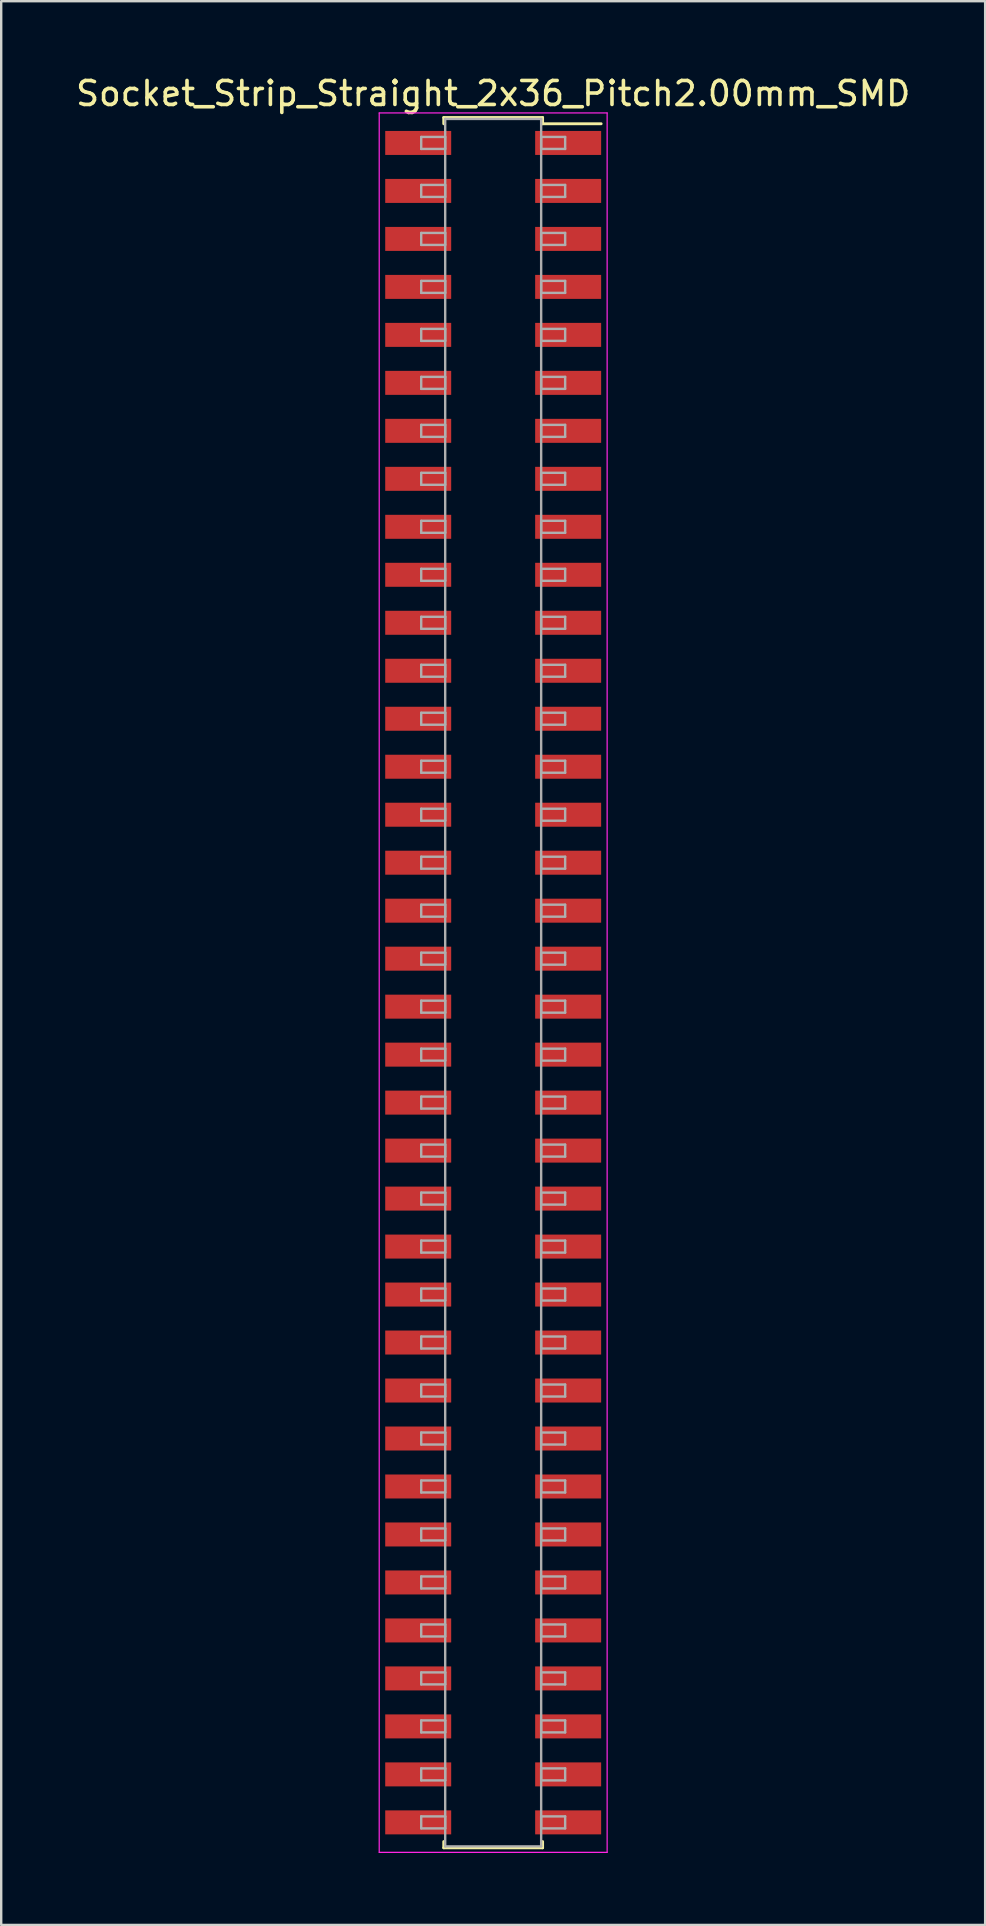
<source format=kicad_pcb>
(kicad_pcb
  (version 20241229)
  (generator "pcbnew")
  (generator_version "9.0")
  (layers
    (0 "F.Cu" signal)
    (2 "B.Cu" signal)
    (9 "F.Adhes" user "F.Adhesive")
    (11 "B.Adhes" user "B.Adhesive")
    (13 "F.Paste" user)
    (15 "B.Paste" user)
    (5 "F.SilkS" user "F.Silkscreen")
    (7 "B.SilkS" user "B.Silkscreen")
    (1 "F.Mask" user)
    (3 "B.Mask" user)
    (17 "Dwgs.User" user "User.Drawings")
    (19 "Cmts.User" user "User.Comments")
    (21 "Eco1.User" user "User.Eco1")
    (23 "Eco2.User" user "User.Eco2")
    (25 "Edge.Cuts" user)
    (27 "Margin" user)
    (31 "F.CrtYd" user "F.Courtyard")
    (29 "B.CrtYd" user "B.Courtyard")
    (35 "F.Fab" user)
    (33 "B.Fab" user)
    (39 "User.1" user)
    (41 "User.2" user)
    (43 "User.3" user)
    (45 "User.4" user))
  (footprint "Socket_Strip_Straight_2x36_Pitch2.00mm_SMD"
    (layer "F.Cu")
    (at 17.506 37.908)
    (property "Reference" "Socket_Strip_Straight_2x36_Pitch2.00mm_SMD" (at 0 -37.06 0) (layer "F.SilkS") (effects (font (size 1 1) (thickness 0.15))))
    (attr smd)
    (fp_line (start -2.06 -36.06) (end 2.06 -36.06) (stroke (width 0.12) (type solid)) (layer "F.SilkS"))
    (fp_line (start -2.06 -35.8) (end -2.06 -36.06) (stroke (width 0.12) (type solid)) (layer "F.SilkS"))
    (fp_line (start -2.06 35.8) (end -2.06 36.06) (stroke (width 0.12) (type solid)) (layer "F.SilkS"))
    (fp_line (start -2.06 36.06) (end 2.06 36.06) (stroke (width 0.12) (type solid)) (layer "F.SilkS"))
    (fp_line (start 2.06 -36.06) (end 2.06 -35.8) (stroke (width 0.12) (type solid)) (layer "F.SilkS"))
    (fp_line (start 2.06 36.06) (end 2.06 35.8) (stroke (width 0.12) (type solid)) (layer "F.SilkS"))
    (fp_line (start 4.5 -35.8) (end 2.06 -35.8) (stroke (width 0.12) (type solid)) (layer "F.SilkS"))
    (fp_line (start -4.75 -36.25) (end -4.75 36.25) (stroke (width 0.05) (type solid)) (layer "F.CrtYd"))
    (fp_line (start -4.75 36.25) (end 4.75 36.25) (stroke (width 0.05) (type solid)) (layer "F.CrtYd"))
    (fp_line (start 4.75 -36.25) (end -4.75 -36.25) (stroke (width 0.05) (type solid)) (layer "F.CrtYd"))
    (fp_line (start 4.75 36.25) (end 4.75 -36.25) (stroke (width 0.05) (type solid)) (layer "F.CrtYd"))
    (fp_line (start -3 -35.25) (end -2 -35.25) (stroke (width 0.1) (type solid)) (layer "F.Fab"))
    (fp_line (start -3 -34.75) (end -3 -35.25) (stroke (width 0.1) (type solid)) (layer "F.Fab"))
    (fp_line (start -3 -33.25) (end -2 -33.25) (stroke (width 0.1) (type solid)) (layer "F.Fab"))
    (fp_line (start -3 -32.75) (end -3 -33.25) (stroke (width 0.1) (type solid)) (layer "F.Fab"))
    (fp_line (start -3 -31.25) (end -2 -31.25) (stroke (width 0.1) (type solid)) (layer "F.Fab"))
    (fp_line (start -3 -30.75) (end -3 -31.25) (stroke (width 0.1) (type solid)) (layer "F.Fab"))
    (fp_line (start -3 -29.25) (end -2 -29.25) (stroke (width 0.1) (type solid)) (layer "F.Fab"))
    (fp_line (start -3 -28.75) (end -3 -29.25) (stroke (width 0.1) (type solid)) (layer "F.Fab"))
    (fp_line (start -3 -27.25) (end -2 -27.25) (stroke (width 0.1) (type solid)) (layer "F.Fab"))
    (fp_line (start -3 -26.75) (end -3 -27.25) (stroke (width 0.1) (type solid)) (layer "F.Fab"))
    (fp_line (start -3 -25.25) (end -2 -25.25) (stroke (width 0.1) (type solid)) (layer "F.Fab"))
    (fp_line (start -3 -24.75) (end -3 -25.25) (stroke (width 0.1) (type solid)) (layer "F.Fab"))
    (fp_line (start -3 -23.25) (end -2 -23.25) (stroke (width 0.1) (type solid)) (layer "F.Fab"))
    (fp_line (start -3 -22.75) (end -3 -23.25) (stroke (width 0.1) (type solid)) (layer "F.Fab"))
    (fp_line (start -3 -21.25) (end -2 -21.25) (stroke (width 0.1) (type solid)) (layer "F.Fab"))
    (fp_line (start -3 -20.75) (end -3 -21.25) (stroke (width 0.1) (type solid)) (layer "F.Fab"))
    (fp_line (start -3 -19.25) (end -2 -19.25) (stroke (width 0.1) (type solid)) (layer "F.Fab"))
    (fp_line (start -3 -18.75) (end -3 -19.25) (stroke (width 0.1) (type solid)) (layer "F.Fab"))
    (fp_line (start -3 -17.25) (end -2 -17.25) (stroke (width 0.1) (type solid)) (layer "F.Fab"))
    (fp_line (start -3 -16.75) (end -3 -17.25) (stroke (width 0.1) (type solid)) (layer "F.Fab"))
    (fp_line (start -3 -15.25) (end -2 -15.25) (stroke (width 0.1) (type solid)) (layer "F.Fab"))
    (fp_line (start -3 -14.75) (end -3 -15.25) (stroke (width 0.1) (type solid)) (layer "F.Fab"))
    (fp_line (start -3 -13.25) (end -2 -13.25) (stroke (width 0.1) (type solid)) (layer "F.Fab"))
    (fp_line (start -3 -12.75) (end -3 -13.25) (stroke (width 0.1) (type solid)) (layer "F.Fab"))
    (fp_line (start -3 -11.25) (end -2 -11.25) (stroke (width 0.1) (type solid)) (layer "F.Fab"))
    (fp_line (start -3 -10.75) (end -3 -11.25) (stroke (width 0.1) (type solid)) (layer "F.Fab"))
    (fp_line (start -3 -9.25) (end -2 -9.25) (stroke (width 0.1) (type solid)) (layer "F.Fab"))
    (fp_line (start -3 -8.75) (end -3 -9.25) (stroke (width 0.1) (type solid)) (layer "F.Fab"))
    (fp_line (start -3 -7.25) (end -2 -7.25) (stroke (width 0.1) (type solid)) (layer "F.Fab"))
    (fp_line (start -3 -6.75) (end -3 -7.25) (stroke (width 0.1) (type solid)) (layer "F.Fab"))
    (fp_line (start -3 -5.25) (end -2 -5.25) (stroke (width 0.1) (type solid)) (layer "F.Fab"))
    (fp_line (start -3 -4.75) (end -3 -5.25) (stroke (width 0.1) (type solid)) (layer "F.Fab"))
    (fp_line (start -3 -3.25) (end -2 -3.25) (stroke (width 0.1) (type solid)) (layer "F.Fab"))
    (fp_line (start -3 -2.75) (end -3 -3.25) (stroke (width 0.1) (type solid)) (layer "F.Fab"))
    (fp_line (start -3 -1.25) (end -2 -1.25) (stroke (width 0.1) (type solid)) (layer "F.Fab"))
    (fp_line (start -3 -0.75) (end -3 -1.25) (stroke (width 0.1) (type solid)) (layer "F.Fab"))
    (fp_line (start -3 0.75) (end -2 0.75) (stroke (width 0.1) (type solid)) (layer "F.Fab"))
    (fp_line (start -3 1.25) (end -3 0.75) (stroke (width 0.1) (type solid)) (layer "F.Fab"))
    (fp_line (start -3 2.75) (end -2 2.75) (stroke (width 0.1) (type solid)) (layer "F.Fab"))
    (fp_line (start -3 3.25) (end -3 2.75) (stroke (width 0.1) (type solid)) (layer "F.Fab"))
    (fp_line (start -3 4.75) (end -2 4.75) (stroke (width 0.1) (type solid)) (layer "F.Fab"))
    (fp_line (start -3 5.25) (end -3 4.75) (stroke (width 0.1) (type solid)) (layer "F.Fab"))
    (fp_line (start -3 6.75) (end -2 6.75) (stroke (width 0.1) (type solid)) (layer "F.Fab"))
    (fp_line (start -3 7.25) (end -3 6.75) (stroke (width 0.1) (type solid)) (layer "F.Fab"))
    (fp_line (start -3 8.75) (end -2 8.75) (stroke (width 0.1) (type solid)) (layer "F.Fab"))
    (fp_line (start -3 9.25) (end -3 8.75) (stroke (width 0.1) (type solid)) (layer "F.Fab"))
    (fp_line (start -3 10.75) (end -2 10.75) (stroke (width 0.1) (type solid)) (layer "F.Fab"))
    (fp_line (start -3 11.25) (end -3 10.75) (stroke (width 0.1) (type solid)) (layer "F.Fab"))
    (fp_line (start -3 12.75) (end -2 12.75) (stroke (width 0.1) (type solid)) (layer "F.Fab"))
    (fp_line (start -3 13.25) (end -3 12.75) (stroke (width 0.1) (type solid)) (layer "F.Fab"))
    (fp_line (start -3 14.75) (end -2 14.75) (stroke (width 0.1) (type solid)) (layer "F.Fab"))
    (fp_line (start -3 15.25) (end -3 14.75) (stroke (width 0.1) (type solid)) (layer "F.Fab"))
    (fp_line (start -3 16.75) (end -2 16.75) (stroke (width 0.1) (type solid)) (layer "F.Fab"))
    (fp_line (start -3 17.25) (end -3 16.75) (stroke (width 0.1) (type solid)) (layer "F.Fab"))
    (fp_line (start -3 18.75) (end -2 18.75) (stroke (width 0.1) (type solid)) (layer "F.Fab"))
    (fp_line (start -3 19.25) (end -3 18.75) (stroke (width 0.1) (type solid)) (layer "F.Fab"))
    (fp_line (start -3 20.75) (end -2 20.75) (stroke (width 0.1) (type solid)) (layer "F.Fab"))
    (fp_line (start -3 21.25) (end -3 20.75) (stroke (width 0.1) (type solid)) (layer "F.Fab"))
    (fp_line (start -3 22.75) (end -2 22.75) (stroke (width 0.1) (type solid)) (layer "F.Fab"))
    (fp_line (start -3 23.25) (end -3 22.75) (stroke (width 0.1) (type solid)) (layer "F.Fab"))
    (fp_line (start -3 24.75) (end -2 24.75) (stroke (width 0.1) (type solid)) (layer "F.Fab"))
    (fp_line (start -3 25.25) (end -3 24.75) (stroke (width 0.1) (type solid)) (layer "F.Fab"))
    (fp_line (start -3 26.75) (end -2 26.75) (stroke (width 0.1) (type solid)) (layer "F.Fab"))
    (fp_line (start -3 27.25) (end -3 26.75) (stroke (width 0.1) (type solid)) (layer "F.Fab"))
    (fp_line (start -3 28.75) (end -2 28.75) (stroke (width 0.1) (type solid)) (layer "F.Fab"))
    (fp_line (start -3 29.25) (end -3 28.75) (stroke (width 0.1) (type solid)) (layer "F.Fab"))
    (fp_line (start -3 30.75) (end -2 30.75) (stroke (width 0.1) (type solid)) (layer "F.Fab"))
    (fp_line (start -3 31.25) (end -3 30.75) (stroke (width 0.1) (type solid)) (layer "F.Fab"))
    (fp_line (start -3 32.75) (end -2 32.75) (stroke (width 0.1) (type solid)) (layer "F.Fab"))
    (fp_line (start -3 33.25) (end -3 32.75) (stroke (width 0.1) (type solid)) (layer "F.Fab"))
    (fp_line (start -3 34.75) (end -2 34.75) (stroke (width 0.1) (type solid)) (layer "F.Fab"))
    (fp_line (start -3 35.25) (end -3 34.75) (stroke (width 0.1) (type solid)) (layer "F.Fab"))
    (fp_line (start -2 -36) (end -2 36) (stroke (width 0.1) (type solid)) (layer "F.Fab"))
    (fp_line (start -2 -35.25) (end -2 -34.75) (stroke (width 0.1) (type solid)) (layer "F.Fab"))
    (fp_line (start -2 -34.75) (end -3 -34.75) (stroke (width 0.1) (type solid)) (layer "F.Fab"))
    (fp_line (start -2 -33.25) (end -2 -32.75) (stroke (width 0.1) (type solid)) (layer "F.Fab"))
    (fp_line (start -2 -32.75) (end -3 -32.75) (stroke (width 0.1) (type solid)) (layer "F.Fab"))
    (fp_line (start -2 -31.25) (end -2 -30.75) (stroke (width 0.1) (type solid)) (layer "F.Fab"))
    (fp_line (start -2 -30.75) (end -3 -30.75) (stroke (width 0.1) (type solid)) (layer "F.Fab"))
    (fp_line (start -2 -29.25) (end -2 -28.75) (stroke (width 0.1) (type solid)) (layer "F.Fab"))
    (fp_line (start -2 -28.75) (end -3 -28.75) (stroke (width 0.1) (type solid)) (layer "F.Fab"))
    (fp_line (start -2 -27.25) (end -2 -26.75) (stroke (width 0.1) (type solid)) (layer "F.Fab"))
    (fp_line (start -2 -26.75) (end -3 -26.75) (stroke (width 0.1) (type solid)) (layer "F.Fab"))
    (fp_line (start -2 -25.25) (end -2 -24.75) (stroke (width 0.1) (type solid)) (layer "F.Fab"))
    (fp_line (start -2 -24.75) (end -3 -24.75) (stroke (width 0.1) (type solid)) (layer "F.Fab"))
    (fp_line (start -2 -23.25) (end -2 -22.75) (stroke (width 0.1) (type solid)) (layer "F.Fab"))
    (fp_line (start -2 -22.75) (end -3 -22.75) (stroke (width 0.1) (type solid)) (layer "F.Fab"))
    (fp_line (start -2 -21.25) (end -2 -20.75) (stroke (width 0.1) (type solid)) (layer "F.Fab"))
    (fp_line (start -2 -20.75) (end -3 -20.75) (stroke (width 0.1) (type solid)) (layer "F.Fab"))
    (fp_line (start -2 -19.25) (end -2 -18.75) (stroke (width 0.1) (type solid)) (layer "F.Fab"))
    (fp_line (start -2 -18.75) (end -3 -18.75) (stroke (width 0.1) (type solid)) (layer "F.Fab"))
    (fp_line (start -2 -17.25) (end -2 -16.75) (stroke (width 0.1) (type solid)) (layer "F.Fab"))
    (fp_line (start -2 -16.75) (end -3 -16.75) (stroke (width 0.1) (type solid)) (layer "F.Fab"))
    (fp_line (start -2 -15.25) (end -2 -14.75) (stroke (width 0.1) (type solid)) (layer "F.Fab"))
    (fp_line (start -2 -14.75) (end -3 -14.75) (stroke (width 0.1) (type solid)) (layer "F.Fab"))
    (fp_line (start -2 -13.25) (end -2 -12.75) (stroke (width 0.1) (type solid)) (layer "F.Fab"))
    (fp_line (start -2 -12.75) (end -3 -12.75) (stroke (width 0.1) (type solid)) (layer "F.Fab"))
    (fp_line (start -2 -11.25) (end -2 -10.75) (stroke (width 0.1) (type solid)) (layer "F.Fab"))
    (fp_line (start -2 -10.75) (end -3 -10.75) (stroke (width 0.1) (type solid)) (layer "F.Fab"))
    (fp_line (start -2 -9.25) (end -2 -8.75) (stroke (width 0.1) (type solid)) (layer "F.Fab"))
    (fp_line (start -2 -8.75) (end -3 -8.75) (stroke (width 0.1) (type solid)) (layer "F.Fab"))
    (fp_line (start -2 -7.25) (end -2 -6.75) (stroke (width 0.1) (type solid)) (layer "F.Fab"))
    (fp_line (start -2 -6.75) (end -3 -6.75) (stroke (width 0.1) (type solid)) (layer "F.Fab"))
    (fp_line (start -2 -5.25) (end -2 -4.75) (stroke (width 0.1) (type solid)) (layer "F.Fab"))
    (fp_line (start -2 -4.75) (end -3 -4.75) (stroke (width 0.1) (type solid)) (layer "F.Fab"))
    (fp_line (start -2 -3.25) (end -2 -2.75) (stroke (width 0.1) (type solid)) (layer "F.Fab"))
    (fp_line (start -2 -2.75) (end -3 -2.75) (stroke (width 0.1) (type solid)) (layer "F.Fab"))
    (fp_line (start -2 -1.25) (end -2 -0.75) (stroke (width 0.1) (type solid)) (layer "F.Fab"))
    (fp_line (start -2 -0.75) (end -3 -0.75) (stroke (width 0.1) (type solid)) (layer "F.Fab"))
    (fp_line (start -2 0.75) (end -2 1.25) (stroke (width 0.1) (type solid)) (layer "F.Fab"))
    (fp_line (start -2 1.25) (end -3 1.25) (stroke (width 0.1) (type solid)) (layer "F.Fab"))
    (fp_line (start -2 2.75) (end -2 3.25) (stroke (width 0.1) (type solid)) (layer "F.Fab"))
    (fp_line (start -2 3.25) (end -3 3.25) (stroke (width 0.1) (type solid)) (layer "F.Fab"))
    (fp_line (start -2 4.75) (end -2 5.25) (stroke (width 0.1) (type solid)) (layer "F.Fab"))
    (fp_line (start -2 5.25) (end -3 5.25) (stroke (width 0.1) (type solid)) (layer "F.Fab"))
    (fp_line (start -2 6.75) (end -2 7.25) (stroke (width 0.1) (type solid)) (layer "F.Fab"))
    (fp_line (start -2 7.25) (end -3 7.25) (stroke (width 0.1) (type solid)) (layer "F.Fab"))
    (fp_line (start -2 8.75) (end -2 9.25) (stroke (width 0.1) (type solid)) (layer "F.Fab"))
    (fp_line (start -2 9.25) (end -3 9.25) (stroke (width 0.1) (type solid)) (layer "F.Fab"))
    (fp_line (start -2 10.75) (end -2 11.25) (stroke (width 0.1) (type solid)) (layer "F.Fab"))
    (fp_line (start -2 11.25) (end -3 11.25) (stroke (width 0.1) (type solid)) (layer "F.Fab"))
    (fp_line (start -2 12.75) (end -2 13.25) (stroke (width 0.1) (type solid)) (layer "F.Fab"))
    (fp_line (start -2 13.25) (end -3 13.25) (stroke (width 0.1) (type solid)) (layer "F.Fab"))
    (fp_line (start -2 14.75) (end -2 15.25) (stroke (width 0.1) (type solid)) (layer "F.Fab"))
    (fp_line (start -2 15.25) (end -3 15.25) (stroke (width 0.1) (type solid)) (layer "F.Fab"))
    (fp_line (start -2 16.75) (end -2 17.25) (stroke (width 0.1) (type solid)) (layer "F.Fab"))
    (fp_line (start -2 17.25) (end -3 17.25) (stroke (width 0.1) (type solid)) (layer "F.Fab"))
    (fp_line (start -2 18.75) (end -2 19.25) (stroke (width 0.1) (type solid)) (layer "F.Fab"))
    (fp_line (start -2 19.25) (end -3 19.25) (stroke (width 0.1) (type solid)) (layer "F.Fab"))
    (fp_line (start -2 20.75) (end -2 21.25) (stroke (width 0.1) (type solid)) (layer "F.Fab"))
    (fp_line (start -2 21.25) (end -3 21.25) (stroke (width 0.1) (type solid)) (layer "F.Fab"))
    (fp_line (start -2 22.75) (end -2 23.25) (stroke (width 0.1) (type solid)) (layer "F.Fab"))
    (fp_line (start -2 23.25) (end -3 23.25) (stroke (width 0.1) (type solid)) (layer "F.Fab"))
    (fp_line (start -2 24.75) (end -2 25.25) (stroke (width 0.1) (type solid)) (layer "F.Fab"))
    (fp_line (start -2 25.25) (end -3 25.25) (stroke (width 0.1) (type solid)) (layer "F.Fab"))
    (fp_line (start -2 26.75) (end -2 27.25) (stroke (width 0.1) (type solid)) (layer "F.Fab"))
    (fp_line (start -2 27.25) (end -3 27.25) (stroke (width 0.1) (type solid)) (layer "F.Fab"))
    (fp_line (start -2 28.75) (end -2 29.25) (stroke (width 0.1) (type solid)) (layer "F.Fab"))
    (fp_line (start -2 29.25) (end -3 29.25) (stroke (width 0.1) (type solid)) (layer "F.Fab"))
    (fp_line (start -2 30.75) (end -2 31.25) (stroke (width 0.1) (type solid)) (layer "F.Fab"))
    (fp_line (start -2 31.25) (end -3 31.25) (stroke (width 0.1) (type solid)) (layer "F.Fab"))
    (fp_line (start -2 32.75) (end -2 33.25) (stroke (width 0.1) (type solid)) (layer "F.Fab"))
    (fp_line (start -2 33.25) (end -3 33.25) (stroke (width 0.1) (type solid)) (layer "F.Fab"))
    (fp_line (start -2 34.75) (end -2 35.25) (stroke (width 0.1) (type solid)) (layer "F.Fab"))
    (fp_line (start -2 35.25) (end -3 35.25) (stroke (width 0.1) (type solid)) (layer "F.Fab"))
    (fp_line (start -2 36) (end 2 36) (stroke (width 0.1) (type solid)) (layer "F.Fab"))
    (fp_line (start 2 -36) (end -2 -36) (stroke (width 0.1) (type solid)) (layer "F.Fab"))
    (fp_line (start 2 -35.25) (end 2 -34.75) (stroke (width 0.1) (type solid)) (layer "F.Fab"))
    (fp_line (start 2 -34.75) (end 3 -34.75) (stroke (width 0.1) (type solid)) (layer "F.Fab"))
    (fp_line (start 2 -33.25) (end 2 -32.75) (stroke (width 0.1) (type solid)) (layer "F.Fab"))
    (fp_line (start 2 -32.75) (end 3 -32.75) (stroke (width 0.1) (type solid)) (layer "F.Fab"))
    (fp_line (start 2 -31.25) (end 2 -30.75) (stroke (width 0.1) (type solid)) (layer "F.Fab"))
    (fp_line (start 2 -30.75) (end 3 -30.75) (stroke (width 0.1) (type solid)) (layer "F.Fab"))
    (fp_line (start 2 -29.25) (end 2 -28.75) (stroke (width 0.1) (type solid)) (layer "F.Fab"))
    (fp_line (start 2 -28.75) (end 3 -28.75) (stroke (width 0.1) (type solid)) (layer "F.Fab"))
    (fp_line (start 2 -27.25) (end 2 -26.75) (stroke (width 0.1) (type solid)) (layer "F.Fab"))
    (fp_line (start 2 -26.75) (end 3 -26.75) (stroke (width 0.1) (type solid)) (layer "F.Fab"))
    (fp_line (start 2 -25.25) (end 2 -24.75) (stroke (width 0.1) (type solid)) (layer "F.Fab"))
    (fp_line (start 2 -24.75) (end 3 -24.75) (stroke (width 0.1) (type solid)) (layer "F.Fab"))
    (fp_line (start 2 -23.25) (end 2 -22.75) (stroke (width 0.1) (type solid)) (layer "F.Fab"))
    (fp_line (start 2 -22.75) (end 3 -22.75) (stroke (width 0.1) (type solid)) (layer "F.Fab"))
    (fp_line (start 2 -21.25) (end 2 -20.75) (stroke (width 0.1) (type solid)) (layer "F.Fab"))
    (fp_line (start 2 -20.75) (end 3 -20.75) (stroke (width 0.1) (type solid)) (layer "F.Fab"))
    (fp_line (start 2 -19.25) (end 2 -18.75) (stroke (width 0.1) (type solid)) (layer "F.Fab"))
    (fp_line (start 2 -18.75) (end 3 -18.75) (stroke (width 0.1) (type solid)) (layer "F.Fab"))
    (fp_line (start 2 -17.25) (end 2 -16.75) (stroke (width 0.1) (type solid)) (layer "F.Fab"))
    (fp_line (start 2 -16.75) (end 3 -16.75) (stroke (width 0.1) (type solid)) (layer "F.Fab"))
    (fp_line (start 2 -15.25) (end 2 -14.75) (stroke (width 0.1) (type solid)) (layer "F.Fab"))
    (fp_line (start 2 -14.75) (end 3 -14.75) (stroke (width 0.1) (type solid)) (layer "F.Fab"))
    (fp_line (start 2 -13.25) (end 2 -12.75) (stroke (width 0.1) (type solid)) (layer "F.Fab"))
    (fp_line (start 2 -12.75) (end 3 -12.75) (stroke (width 0.1) (type solid)) (layer "F.Fab"))
    (fp_line (start 2 -11.25) (end 2 -10.75) (stroke (width 0.1) (type solid)) (layer "F.Fab"))
    (fp_line (start 2 -10.75) (end 3 -10.75) (stroke (width 0.1) (type solid)) (layer "F.Fab"))
    (fp_line (start 2 -9.25) (end 2 -8.75) (stroke (width 0.1) (type solid)) (layer "F.Fab"))
    (fp_line (start 2 -8.75) (end 3 -8.75) (stroke (width 0.1) (type solid)) (layer "F.Fab"))
    (fp_line (start 2 -7.25) (end 2 -6.75) (stroke (width 0.1) (type solid)) (layer "F.Fab"))
    (fp_line (start 2 -6.75) (end 3 -6.75) (stroke (width 0.1) (type solid)) (layer "F.Fab"))
    (fp_line (start 2 -5.25) (end 2 -4.75) (stroke (width 0.1) (type solid)) (layer "F.Fab"))
    (fp_line (start 2 -4.75) (end 3 -4.75) (stroke (width 0.1) (type solid)) (layer "F.Fab"))
    (fp_line (start 2 -3.25) (end 2 -2.75) (stroke (width 0.1) (type solid)) (layer "F.Fab"))
    (fp_line (start 2 -2.75) (end 3 -2.75) (stroke (width 0.1) (type solid)) (layer "F.Fab"))
    (fp_line (start 2 -1.25) (end 2 -0.75) (stroke (width 0.1) (type solid)) (layer "F.Fab"))
    (fp_line (start 2 -0.75) (end 3 -0.75) (stroke (width 0.1) (type solid)) (layer "F.Fab"))
    (fp_line (start 2 0.75) (end 2 1.25) (stroke (width 0.1) (type solid)) (layer "F.Fab"))
    (fp_line (start 2 1.25) (end 3 1.25) (stroke (width 0.1) (type solid)) (layer "F.Fab"))
    (fp_line (start 2 2.75) (end 2 3.25) (stroke (width 0.1) (type solid)) (layer "F.Fab"))
    (fp_line (start 2 3.25) (end 3 3.25) (stroke (width 0.1) (type solid)) (layer "F.Fab"))
    (fp_line (start 2 4.75) (end 2 5.25) (stroke (width 0.1) (type solid)) (layer "F.Fab"))
    (fp_line (start 2 5.25) (end 3 5.25) (stroke (width 0.1) (type solid)) (layer "F.Fab"))
    (fp_line (start 2 6.75) (end 2 7.25) (stroke (width 0.1) (type solid)) (layer "F.Fab"))
    (fp_line (start 2 7.25) (end 3 7.25) (stroke (width 0.1) (type solid)) (layer "F.Fab"))
    (fp_line (start 2 8.75) (end 2 9.25) (stroke (width 0.1) (type solid)) (layer "F.Fab"))
    (fp_line (start 2 9.25) (end 3 9.25) (stroke (width 0.1) (type solid)) (layer "F.Fab"))
    (fp_line (start 2 10.75) (end 2 11.25) (stroke (width 0.1) (type solid)) (layer "F.Fab"))
    (fp_line (start 2 11.25) (end 3 11.25) (stroke (width 0.1) (type solid)) (layer "F.Fab"))
    (fp_line (start 2 12.75) (end 2 13.25) (stroke (width 0.1) (type solid)) (layer "F.Fab"))
    (fp_line (start 2 13.25) (end 3 13.25) (stroke (width 0.1) (type solid)) (layer "F.Fab"))
    (fp_line (start 2 14.75) (end 2 15.25) (stroke (width 0.1) (type solid)) (layer "F.Fab"))
    (fp_line (start 2 15.25) (end 3 15.25) (stroke (width 0.1) (type solid)) (layer "F.Fab"))
    (fp_line (start 2 16.75) (end 2 17.25) (stroke (width 0.1) (type solid)) (layer "F.Fab"))
    (fp_line (start 2 17.25) (end 3 17.25) (stroke (width 0.1) (type solid)) (layer "F.Fab"))
    (fp_line (start 2 18.75) (end 2 19.25) (stroke (width 0.1) (type solid)) (layer "F.Fab"))
    (fp_line (start 2 19.25) (end 3 19.25) (stroke (width 0.1) (type solid)) (layer "F.Fab"))
    (fp_line (start 2 20.75) (end 2 21.25) (stroke (width 0.1) (type solid)) (layer "F.Fab"))
    (fp_line (start 2 21.25) (end 3 21.25) (stroke (width 0.1) (type solid)) (layer "F.Fab"))
    (fp_line (start 2 22.75) (end 2 23.25) (stroke (width 0.1) (type solid)) (layer "F.Fab"))
    (fp_line (start 2 23.25) (end 3 23.25) (stroke (width 0.1) (type solid)) (layer "F.Fab"))
    (fp_line (start 2 24.75) (end 2 25.25) (stroke (width 0.1) (type solid)) (layer "F.Fab"))
    (fp_line (start 2 25.25) (end 3 25.25) (stroke (width 0.1) (type solid)) (layer "F.Fab"))
    (fp_line (start 2 26.75) (end 2 27.25) (stroke (width 0.1) (type solid)) (layer "F.Fab"))
    (fp_line (start 2 27.25) (end 3 27.25) (stroke (width 0.1) (type solid)) (layer "F.Fab"))
    (fp_line (start 2 28.75) (end 2 29.25) (stroke (width 0.1) (type solid)) (layer "F.Fab"))
    (fp_line (start 2 29.25) (end 3 29.25) (stroke (width 0.1) (type solid)) (layer "F.Fab"))
    (fp_line (start 2 30.75) (end 2 31.25) (stroke (width 0.1) (type solid)) (layer "F.Fab"))
    (fp_line (start 2 31.25) (end 3 31.25) (stroke (width 0.1) (type solid)) (layer "F.Fab"))
    (fp_line (start 2 32.75) (end 2 33.25) (stroke (width 0.1) (type solid)) (layer "F.Fab"))
    (fp_line (start 2 33.25) (end 3 33.25) (stroke (width 0.1) (type solid)) (layer "F.Fab"))
    (fp_line (start 2 34.75) (end 2 35.25) (stroke (width 0.1) (type solid)) (layer "F.Fab"))
    (fp_line (start 2 35.25) (end 3 35.25) (stroke (width 0.1) (type solid)) (layer "F.Fab"))
    (fp_line (start 2 36) (end 2 -36) (stroke (width 0.1) (type solid)) (layer "F.Fab"))
    (fp_line (start 3 -35.25) (end 2 -35.25) (stroke (width 0.1) (type solid)) (layer "F.Fab"))
    (fp_line (start 3 -34.75) (end 3 -35.25) (stroke (width 0.1) (type solid)) (layer "F.Fab"))
    (fp_line (start 3 -33.25) (end 2 -33.25) (stroke (width 0.1) (type solid)) (layer "F.Fab"))
    (fp_line (start 3 -32.75) (end 3 -33.25) (stroke (width 0.1) (type solid)) (layer "F.Fab"))
    (fp_line (start 3 -31.25) (end 2 -31.25) (stroke (width 0.1) (type solid)) (layer "F.Fab"))
    (fp_line (start 3 -30.75) (end 3 -31.25) (stroke (width 0.1) (type solid)) (layer "F.Fab"))
    (fp_line (start 3 -29.25) (end 2 -29.25) (stroke (width 0.1) (type solid)) (layer "F.Fab"))
    (fp_line (start 3 -28.75) (end 3 -29.25) (stroke (width 0.1) (type solid)) (layer "F.Fab"))
    (fp_line (start 3 -27.25) (end 2 -27.25) (stroke (width 0.1) (type solid)) (layer "F.Fab"))
    (fp_line (start 3 -26.75) (end 3 -27.25) (stroke (width 0.1) (type solid)) (layer "F.Fab"))
    (fp_line (start 3 -25.25) (end 2 -25.25) (stroke (width 0.1) (type solid)) (layer "F.Fab"))
    (fp_line (start 3 -24.75) (end 3 -25.25) (stroke (width 0.1) (type solid)) (layer "F.Fab"))
    (fp_line (start 3 -23.25) (end 2 -23.25) (stroke (width 0.1) (type solid)) (layer "F.Fab"))
    (fp_line (start 3 -22.75) (end 3 -23.25) (stroke (width 0.1) (type solid)) (layer "F.Fab"))
    (fp_line (start 3 -21.25) (end 2 -21.25) (stroke (width 0.1) (type solid)) (layer "F.Fab"))
    (fp_line (start 3 -20.75) (end 3 -21.25) (stroke (width 0.1) (type solid)) (layer "F.Fab"))
    (fp_line (start 3 -19.25) (end 2 -19.25) (stroke (width 0.1) (type solid)) (layer "F.Fab"))
    (fp_line (start 3 -18.75) (end 3 -19.25) (stroke (width 0.1) (type solid)) (layer "F.Fab"))
    (fp_line (start 3 -17.25) (end 2 -17.25) (stroke (width 0.1) (type solid)) (layer "F.Fab"))
    (fp_line (start 3 -16.75) (end 3 -17.25) (stroke (width 0.1) (type solid)) (layer "F.Fab"))
    (fp_line (start 3 -15.25) (end 2 -15.25) (stroke (width 0.1) (type solid)) (layer "F.Fab"))
    (fp_line (start 3 -14.75) (end 3 -15.25) (stroke (width 0.1) (type solid)) (layer "F.Fab"))
    (fp_line (start 3 -13.25) (end 2 -13.25) (stroke (width 0.1) (type solid)) (layer "F.Fab"))
    (fp_line (start 3 -12.75) (end 3 -13.25) (stroke (width 0.1) (type solid)) (layer "F.Fab"))
    (fp_line (start 3 -11.25) (end 2 -11.25) (stroke (width 0.1) (type solid)) (layer "F.Fab"))
    (fp_line (start 3 -10.75) (end 3 -11.25) (stroke (width 0.1) (type solid)) (layer "F.Fab"))
    (fp_line (start 3 -9.25) (end 2 -9.25) (stroke (width 0.1) (type solid)) (layer "F.Fab"))
    (fp_line (start 3 -8.75) (end 3 -9.25) (stroke (width 0.1) (type solid)) (layer "F.Fab"))
    (fp_line (start 3 -7.25) (end 2 -7.25) (stroke (width 0.1) (type solid)) (layer "F.Fab"))
    (fp_line (start 3 -6.75) (end 3 -7.25) (stroke (width 0.1) (type solid)) (layer "F.Fab"))
    (fp_line (start 3 -5.25) (end 2 -5.25) (stroke (width 0.1) (type solid)) (layer "F.Fab"))
    (fp_line (start 3 -4.75) (end 3 -5.25) (stroke (width 0.1) (type solid)) (layer "F.Fab"))
    (fp_line (start 3 -3.25) (end 2 -3.25) (stroke (width 0.1) (type solid)) (layer "F.Fab"))
    (fp_line (start 3 -2.75) (end 3 -3.25) (stroke (width 0.1) (type solid)) (layer "F.Fab"))
    (fp_line (start 3 -1.25) (end 2 -1.25) (stroke (width 0.1) (type solid)) (layer "F.Fab"))
    (fp_line (start 3 -0.75) (end 3 -1.25) (stroke (width 0.1) (type solid)) (layer "F.Fab"))
    (fp_line (start 3 0.75) (end 2 0.75) (stroke (width 0.1) (type solid)) (layer "F.Fab"))
    (fp_line (start 3 1.25) (end 3 0.75) (stroke (width 0.1) (type solid)) (layer "F.Fab"))
    (fp_line (start 3 2.75) (end 2 2.75) (stroke (width 0.1) (type solid)) (layer "F.Fab"))
    (fp_line (start 3 3.25) (end 3 2.75) (stroke (width 0.1) (type solid)) (layer "F.Fab"))
    (fp_line (start 3 4.75) (end 2 4.75) (stroke (width 0.1) (type solid)) (layer "F.Fab"))
    (fp_line (start 3 5.25) (end 3 4.75) (stroke (width 0.1) (type solid)) (layer "F.Fab"))
    (fp_line (start 3 6.75) (end 2 6.75) (stroke (width 0.1) (type solid)) (layer "F.Fab"))
    (fp_line (start 3 7.25) (end 3 6.75) (stroke (width 0.1) (type solid)) (layer "F.Fab"))
    (fp_line (start 3 8.75) (end 2 8.75) (stroke (width 0.1) (type solid)) (layer "F.Fab"))
    (fp_line (start 3 9.25) (end 3 8.75) (stroke (width 0.1) (type solid)) (layer "F.Fab"))
    (fp_line (start 3 10.75) (end 2 10.75) (stroke (width 0.1) (type solid)) (layer "F.Fab"))
    (fp_line (start 3 11.25) (end 3 10.75) (stroke (width 0.1) (type solid)) (layer "F.Fab"))
    (fp_line (start 3 12.75) (end 2 12.75) (stroke (width 0.1) (type solid)) (layer "F.Fab"))
    (fp_line (start 3 13.25) (end 3 12.75) (stroke (width 0.1) (type solid)) (layer "F.Fab"))
    (fp_line (start 3 14.75) (end 2 14.75) (stroke (width 0.1) (type solid)) (layer "F.Fab"))
    (fp_line (start 3 15.25) (end 3 14.75) (stroke (width 0.1) (type solid)) (layer "F.Fab"))
    (fp_line (start 3 16.75) (end 2 16.75) (stroke (width 0.1) (type solid)) (layer "F.Fab"))
    (fp_line (start 3 17.25) (end 3 16.75) (stroke (width 0.1) (type solid)) (layer "F.Fab"))
    (fp_line (start 3 18.75) (end 2 18.75) (stroke (width 0.1) (type solid)) (layer "F.Fab"))
    (fp_line (start 3 19.25) (end 3 18.75) (stroke (width 0.1) (type solid)) (layer "F.Fab"))
    (fp_line (start 3 20.75) (end 2 20.75) (stroke (width 0.1) (type solid)) (layer "F.Fab"))
    (fp_line (start 3 21.25) (end 3 20.75) (stroke (width 0.1) (type solid)) (layer "F.Fab"))
    (fp_line (start 3 22.75) (end 2 22.75) (stroke (width 0.1) (type solid)) (layer "F.Fab"))
    (fp_line (start 3 23.25) (end 3 22.75) (stroke (width 0.1) (type solid)) (layer "F.Fab"))
    (fp_line (start 3 24.75) (end 2 24.75) (stroke (width 0.1) (type solid)) (layer "F.Fab"))
    (fp_line (start 3 25.25) (end 3 24.75) (stroke (width 0.1) (type solid)) (layer "F.Fab"))
    (fp_line (start 3 26.75) (end 2 26.75) (stroke (width 0.1) (type solid)) (layer "F.Fab"))
    (fp_line (start 3 27.25) (end 3 26.75) (stroke (width 0.1) (type solid)) (layer "F.Fab"))
    (fp_line (start 3 28.75) (end 2 28.75) (stroke (width 0.1) (type solid)) (layer "F.Fab"))
    (fp_line (start 3 29.25) (end 3 28.75) (stroke (width 0.1) (type solid)) (layer "F.Fab"))
    (fp_line (start 3 30.75) (end 2 30.75) (stroke (width 0.1) (type solid)) (layer "F.Fab"))
    (fp_line (start 3 31.25) (end 3 30.75) (stroke (width 0.1) (type solid)) (layer "F.Fab"))
    (fp_line (start 3 32.75) (end 2 32.75) (stroke (width 0.1) (type solid)) (layer "F.Fab"))
    (fp_line (start 3 33.25) (end 3 32.75) (stroke (width 0.1) (type solid)) (layer "F.Fab"))
    (fp_line (start 3 34.75) (end 2 34.75) (stroke (width 0.1) (type solid)) (layer "F.Fab"))
    (fp_line (start 3 35.25) (end 3 34.75) (stroke (width 0.1) (type solid)) (layer "F.Fab"))
    (pad "1" smd rect (at 3.125 -35) (size 2.75 1) (layers "F.Cu" "F.Mask"))
    (pad "2" smd rect (at -3.125 -35) (size 2.75 1) (layers "F.Cu" "F.Mask"))
    (pad "3" smd rect (at 3.125 -33) (size 2.75 1) (layers "F.Cu" "F.Mask"))
    (pad "4" smd rect (at -3.125 -33) (size 2.75 1) (layers "F.Cu" "F.Mask"))
    (pad "5" smd rect (at 3.125 -31) (size 2.75 1) (layers "F.Cu" "F.Mask"))
    (pad "6" smd rect (at -3.125 -31) (size 2.75 1) (layers "F.Cu" "F.Mask"))
    (pad "7" smd rect (at 3.125 -29) (size 2.75 1) (layers "F.Cu" "F.Mask"))
    (pad "8" smd rect (at -3.125 -29) (size 2.75 1) (layers "F.Cu" "F.Mask"))
    (pad "9" smd rect (at 3.125 -27) (size 2.75 1) (layers "F.Cu" "F.Mask"))
    (pad "10" smd rect (at -3.125 -27) (size 2.75 1) (layers "F.Cu" "F.Mask"))
    (pad "11" smd rect (at 3.125 -25) (size 2.75 1) (layers "F.Cu" "F.Mask"))
    (pad "12" smd rect (at -3.125 -25) (size 2.75 1) (layers "F.Cu" "F.Mask"))
    (pad "13" smd rect (at 3.125 -23) (size 2.75 1) (layers "F.Cu" "F.Mask"))
    (pad "14" smd rect (at -3.125 -23) (size 2.75 1) (layers "F.Cu" "F.Mask"))
    (pad "15" smd rect (at 3.125 -21) (size 2.75 1) (layers "F.Cu" "F.Mask"))
    (pad "16" smd rect (at -3.125 -21) (size 2.75 1) (layers "F.Cu" "F.Mask"))
    (pad "17" smd rect (at 3.125 -19) (size 2.75 1) (layers "F.Cu" "F.Mask"))
    (pad "18" smd rect (at -3.125 -19) (size 2.75 1) (layers "F.Cu" "F.Mask"))
    (pad "19" smd rect (at 3.125 -17) (size 2.75 1) (layers "F.Cu" "F.Mask"))
    (pad "20" smd rect (at -3.125 -17) (size 2.75 1) (layers "F.Cu" "F.Mask"))
    (pad "21" smd rect (at 3.125 -15) (size 2.75 1) (layers "F.Cu" "F.Mask"))
    (pad "22" smd rect (at -3.125 -15) (size 2.75 1) (layers "F.Cu" "F.Mask"))
    (pad "23" smd rect (at 3.125 -13) (size 2.75 1) (layers "F.Cu" "F.Mask"))
    (pad "24" smd rect (at -3.125 -13) (size 2.75 1) (layers "F.Cu" "F.Mask"))
    (pad "25" smd rect (at 3.125 -11) (size 2.75 1) (layers "F.Cu" "F.Mask"))
    (pad "26" smd rect (at -3.125 -11) (size 2.75 1) (layers "F.Cu" "F.Mask"))
    (pad "27" smd rect (at 3.125 -9) (size 2.75 1) (layers "F.Cu" "F.Mask"))
    (pad "28" smd rect (at -3.125 -9) (size 2.75 1) (layers "F.Cu" "F.Mask"))
    (pad "29" smd rect (at 3.125 -7) (size 2.75 1) (layers "F.Cu" "F.Mask"))
    (pad "30" smd rect (at -3.125 -7) (size 2.75 1) (layers "F.Cu" "F.Mask"))
    (pad "31" smd rect (at 3.125 -5) (size 2.75 1) (layers "F.Cu" "F.Mask"))
    (pad "32" smd rect (at -3.125 -5) (size 2.75 1) (layers "F.Cu" "F.Mask"))
    (pad "33" smd rect (at 3.125 -3) (size 2.75 1) (layers "F.Cu" "F.Mask"))
    (pad "34" smd rect (at -3.125 -3) (size 2.75 1) (layers "F.Cu" "F.Mask"))
    (pad "35" smd rect (at 3.125 -1) (size 2.75 1) (layers "F.Cu" "F.Mask"))
    (pad "36" smd rect (at -3.125 -1) (size 2.75 1) (layers "F.Cu" "F.Mask"))
    (pad "37" smd rect (at 3.125 1) (size 2.75 1) (layers "F.Cu" "F.Mask"))
    (pad "38" smd rect (at -3.125 1) (size 2.75 1) (layers "F.Cu" "F.Mask"))
    (pad "39" smd rect (at 3.125 3) (size 2.75 1) (layers "F.Cu" "F.Mask"))
    (pad "40" smd rect (at -3.125 3) (size 2.75 1) (layers "F.Cu" "F.Mask"))
    (pad "41" smd rect (at 3.125 5) (size 2.75 1) (layers "F.Cu" "F.Mask"))
    (pad "42" smd rect (at -3.125 5) (size 2.75 1) (layers "F.Cu" "F.Mask"))
    (pad "43" smd rect (at 3.125 7) (size 2.75 1) (layers "F.Cu" "F.Mask"))
    (pad "44" smd rect (at -3.125 7) (size 2.75 1) (layers "F.Cu" "F.Mask"))
    (pad "45" smd rect (at 3.125 9) (size 2.75 1) (layers "F.Cu" "F.Mask"))
    (pad "46" smd rect (at -3.125 9) (size 2.75 1) (layers "F.Cu" "F.Mask"))
    (pad "47" smd rect (at 3.125 11) (size 2.75 1) (layers "F.Cu" "F.Mask"))
    (pad "48" smd rect (at -3.125 11) (size 2.75 1) (layers "F.Cu" "F.Mask"))
    (pad "49" smd rect (at 3.125 13) (size 2.75 1) (layers "F.Cu" "F.Mask"))
    (pad "50" smd rect (at -3.125 13) (size 2.75 1) (layers "F.Cu" "F.Mask"))
    (pad "51" smd rect (at 3.125 15) (size 2.75 1) (layers "F.Cu" "F.Mask"))
    (pad "52" smd rect (at -3.125 15) (size 2.75 1) (layers "F.Cu" "F.Mask"))
    (pad "53" smd rect (at 3.125 17) (size 2.75 1) (layers "F.Cu" "F.Mask"))
    (pad "54" smd rect (at -3.125 17) (size 2.75 1) (layers "F.Cu" "F.Mask"))
    (pad "55" smd rect (at 3.125 19) (size 2.75 1) (layers "F.Cu" "F.Mask"))
    (pad "56" smd rect (at -3.125 19) (size 2.75 1) (layers "F.Cu" "F.Mask"))
    (pad "57" smd rect (at 3.125 21) (size 2.75 1) (layers "F.Cu" "F.Mask"))
    (pad "58" smd rect (at -3.125 21) (size 2.75 1) (layers "F.Cu" "F.Mask"))
    (pad "59" smd rect (at 3.125 23) (size 2.75 1) (layers "F.Cu" "F.Mask"))
    (pad "60" smd rect (at -3.125 23) (size 2.75 1) (layers "F.Cu" "F.Mask"))
    (pad "61" smd rect (at 3.125 25) (size 2.75 1) (layers "F.Cu" "F.Mask"))
    (pad "62" smd rect (at -3.125 25) (size 2.75 1) (layers "F.Cu" "F.Mask"))
    (pad "63" smd rect (at 3.125 27) (size 2.75 1) (layers "F.Cu" "F.Mask"))
    (pad "64" smd rect (at -3.125 27) (size 2.75 1) (layers "F.Cu" "F.Mask"))
    (pad "65" smd rect (at 3.125 29) (size 2.75 1) (layers "F.Cu" "F.Mask"))
    (pad "66" smd rect (at -3.125 29) (size 2.75 1) (layers "F.Cu" "F.Mask"))
    (pad "67" smd rect (at 3.125 31) (size 2.75 1) (layers "F.Cu" "F.Mask"))
    (pad "68" smd rect (at -3.125 31) (size 2.75 1) (layers "F.Cu" "F.Mask"))
    (pad "69" smd rect (at 3.125 33) (size 2.75 1) (layers "F.Cu" "F.Mask"))
    (pad "70" smd rect (at -3.125 33) (size 2.75 1) (layers "F.Cu" "F.Mask"))
    (pad "71" smd rect (at 3.125 35) (size 2.75 1) (layers "F.Cu" "F.Mask"))
    (pad "72" smd rect (at -3.125 35) (size 2.75 1) (layers "F.Cu" "F.Mask")))
  (gr_rect
    (start -3 -3)
    (end 38.012 77.183)
    (stroke (width 0.1) (type default))
    (fill no)
    (layer "Edge.Cuts")))
</source>
